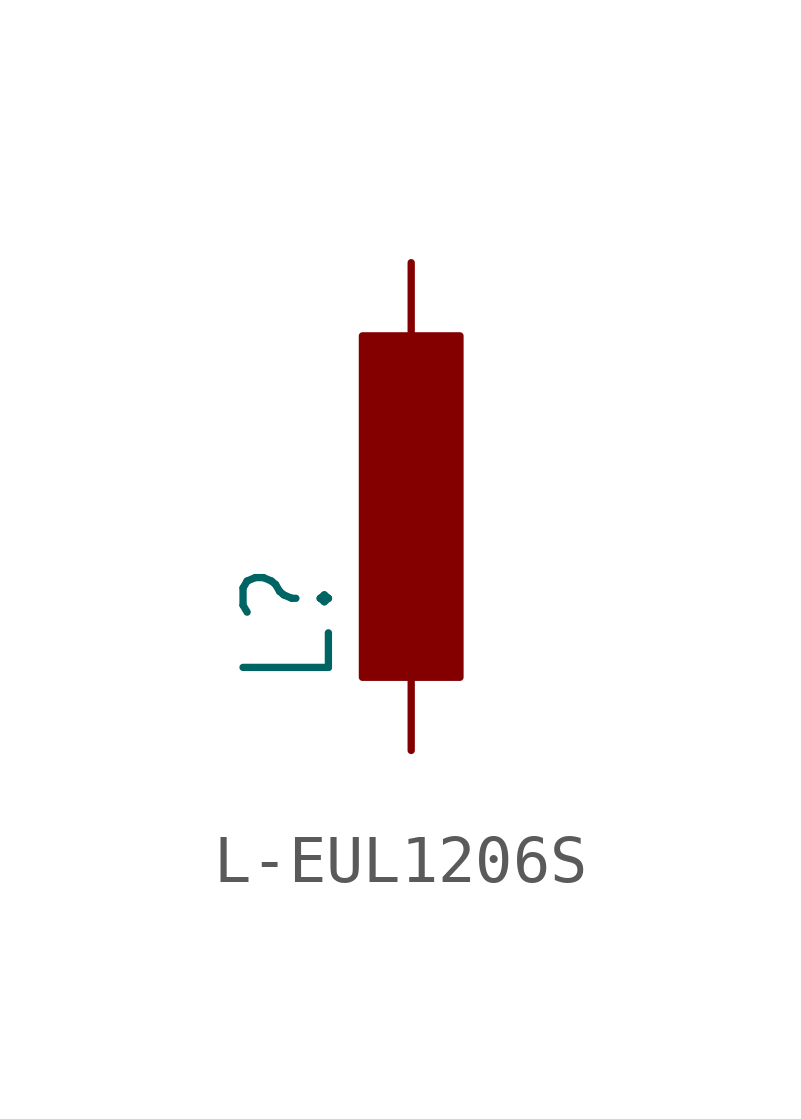
<source format=kicad_sym>
(kicad_symbol_lib
  (version 20241209)
  (generator "kicad_symbol_editor")
  (generator_version "9.0")
  (symbol "L-EUL1206S"
    (property "Reference" "L"
      (at -1.499 -3.81 90)
      (effects (font (size 1.778 1.511)) (justify left bottom)))
    (property "Value" ""
      (at 3.302 -3.81 90)
      (effects (font (size 1.778 1.511)) (justify left bottom)))
    (property "ki_locked" ""
      (at 0 0 0)
      (effects (font (size 1.27 1.27))))
    (symbol "L-EUL1206S_1_0"
      (rectangle (start -1.016 -3.556) (end 1.016 3.556) (stroke (width 0) (type default)) (fill (type outline)))
      (pin passive line (at 0 5.08 270) (length 2.54) (name "1" (effects (font (size 0 0)))) (number "1" (effects (font (size 0 0)))))
      (pin passive line (at 0 -5.08 90) (length 2.54) (name "2" (effects (font (size 0 0)))) (number "2" (effects (font (size 0 0))))))))
</source>
